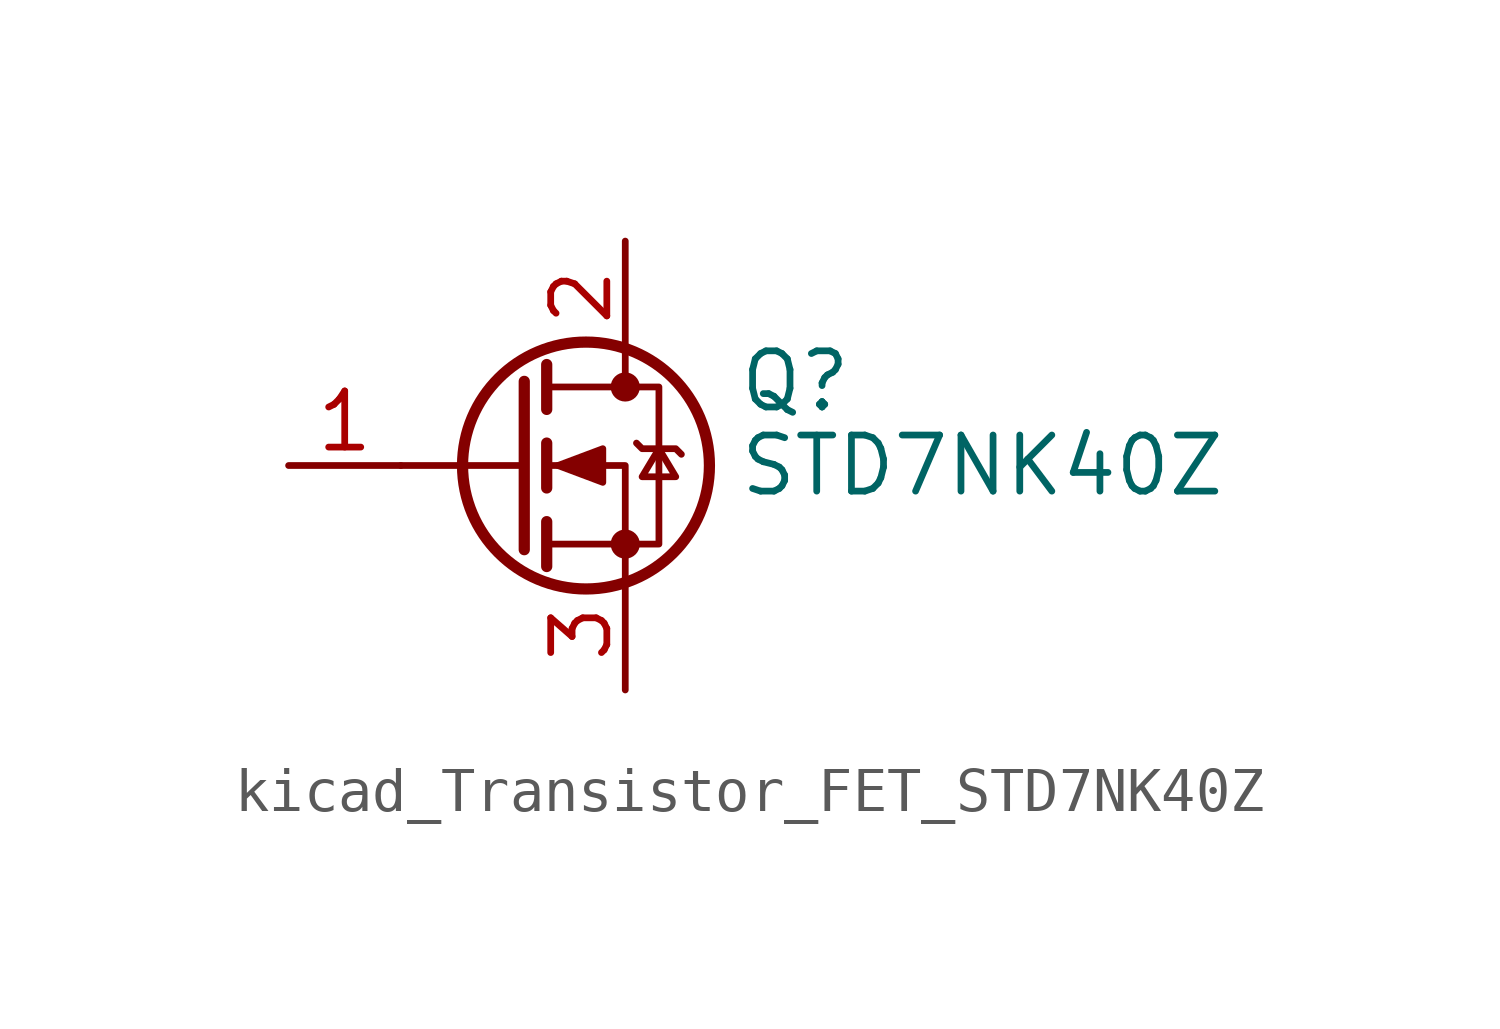
<source format=kicad_sym>
(kicad_symbol_lib
  (version 20220914)
  (generator kicad_symbol_editor)
  (symbol "kicad_Transistor_FET_STD7NK40Z"
    (pin_names hide)
    (property "Reference" "Q"
      (at 5.08 1.905 0)
      (effects (font (size 1.27 1.27)) (justify left)))
    (property "Value" "STD7NK40Z"
      (at 5.08 0 0)
      (effects (font (size 1.27 1.27)) (justify left)))
    (symbol "kicad_Transistor_FET_STD7NK40Z_0_1"
      (polyline (pts (xy 0.254 0) (xy -2.54 0)) (stroke (width 0) (type default)) (fill (type none)))
      (polyline (pts (xy 0.254 1.905) (xy 0.254 -1.905)) (stroke (width 0.254) (type default)) (fill (type none)))
      (polyline (pts (xy 0.762 -1.27) (xy 0.762 -2.286)) (stroke (width 0.254) (type default)) (fill (type none)))
      (polyline (pts (xy 0.762 0.508) (xy 0.762 -0.508)) (stroke (width 0.254) (type default)) (fill (type none)))
      (polyline (pts (xy 0.762 2.286) (xy 0.762 1.27)) (stroke (width 0.254) (type default)) (fill (type none)))
      (polyline (pts (xy 2.54 2.54) (xy 2.54 1.778)) (stroke (width 0) (type default)) (fill (type none)))
      (polyline (pts (xy 2.54 -2.54) (xy 2.54 0) (xy 0.762 0)) (stroke (width 0) (type default)) (fill (type none)))
      (polyline (pts (xy 0.762 -1.778) (xy 3.302 -1.778) (xy 3.302 1.778) (xy 0.762 1.778)) (stroke (width 0) (type default)) (fill (type none)))
      (polyline (pts (xy 1.016 0) (xy 2.032 0.381) (xy 2.032 -0.381) (xy 1.016 0)) (stroke (width 0) (type default)) (fill (type outline)))
      (polyline (pts (xy 2.794 0.508) (xy 2.921 0.381) (xy 3.683 0.381) (xy 3.81 0.254)) (stroke (width 0) (type default)) (fill (type none)))
      (polyline (pts (xy 3.302 0.381) (xy 2.921 -0.254) (xy 3.683 -0.254) (xy 3.302 0.381)) (stroke (width 0) (type default)) (fill (type none)))
      (circle (center 1.651 0) (radius 2.794) (stroke (width 0.254) (type default)) (fill (type none)))
      (circle (center 2.54 -1.778) (radius 0.254) (stroke (width 0) (type default)) (fill (type outline)))
      (circle (center 2.54 1.778) (radius 0.254) (stroke (width 0) (type default)) (fill (type outline))))
    (symbol "kicad_Transistor_FET_STD7NK40Z_1_1"
      (pin passive line (at -5.08 0 0) (length 2.54) (name "G" (effects (font (size 1.27 1.27)))) (number "1" (effects (font (size 1.27 1.27)))))
      (pin passive line (at 2.54 5.08 270) (length 2.54) (name "D" (effects (font (size 1.27 1.27)))) (number "2" (effects (font (size 1.27 1.27)))))
      (pin passive line (at 2.54 -5.08 90) (length 2.54) (name "S" (effects (font (size 1.27 1.27)))) (number "3" (effects (font (size 1.27 1.27))))))))
</source>
